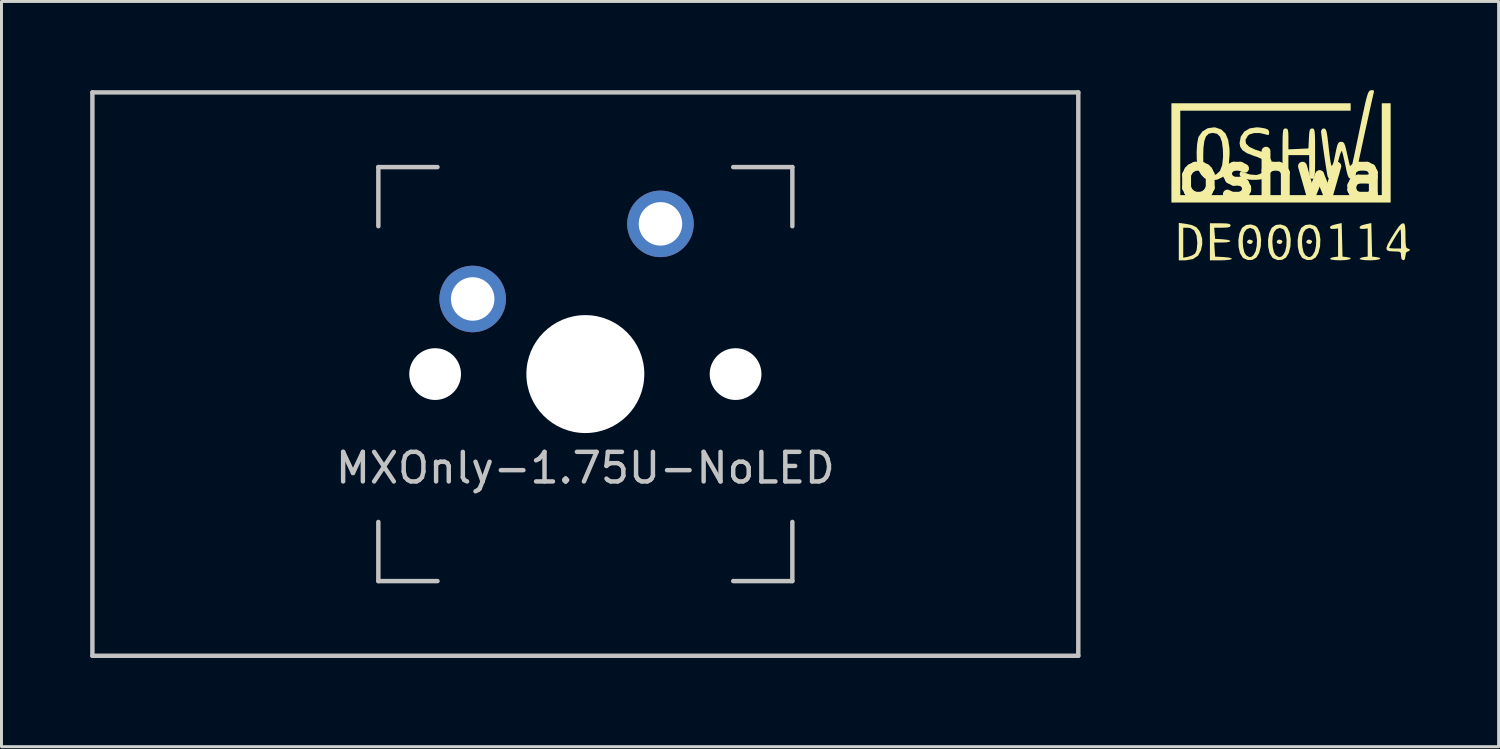
<source format=kicad_pcb>
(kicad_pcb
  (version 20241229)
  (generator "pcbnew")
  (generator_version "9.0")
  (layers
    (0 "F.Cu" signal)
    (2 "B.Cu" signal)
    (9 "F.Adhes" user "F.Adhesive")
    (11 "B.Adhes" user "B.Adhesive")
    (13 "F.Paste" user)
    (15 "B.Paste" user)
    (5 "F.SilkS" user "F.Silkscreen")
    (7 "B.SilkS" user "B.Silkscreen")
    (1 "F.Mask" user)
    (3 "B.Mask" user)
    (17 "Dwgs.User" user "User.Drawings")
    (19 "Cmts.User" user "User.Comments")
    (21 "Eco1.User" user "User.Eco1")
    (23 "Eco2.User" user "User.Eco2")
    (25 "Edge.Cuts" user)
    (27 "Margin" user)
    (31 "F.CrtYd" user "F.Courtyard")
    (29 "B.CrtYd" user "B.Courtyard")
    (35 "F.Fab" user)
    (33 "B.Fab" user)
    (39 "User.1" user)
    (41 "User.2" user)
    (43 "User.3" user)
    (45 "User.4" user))
  (footprint "oshwa"
    (layer "F.Cu")
    (at 40.269 2.897)
    (property "Reference" "oshwa" (at 0 0 0) (layer "F.SilkS") (effects (font (size 1.524 1.524) (thickness 0.3))))
    (attr board_only exclude_from_pos_files exclude_from_bom)
    (fp_poly (pts (xy -0.97 2.186) (xy -0.952 2.229) (xy -0.994 2.291) (xy -1.052 2.305) (xy -1.134 2.273) (xy -1.152 2.229) (xy -1.111 2.168) (xy -1.052 2.154)) (stroke (width 0) (type solid)) (fill yes) (layer "F.SilkS"))
    (fp_poly (pts (xy 0.032 2.186) (xy 0.05 2.229) (xy 0.008 2.291) (xy -0.05 2.305) (xy -0.132 2.273) (xy -0.15 2.229) (xy -0.109 2.168) (xy -0.05 2.154)) (stroke (width 0) (type solid)) (fill yes) (layer "F.SilkS"))
    (fp_poly (pts (xy 1.033 2.186) (xy 1.052 2.229) (xy 1.01 2.291) (xy 0.952 2.305) (xy 0.87 2.273) (xy 0.852 2.229) (xy 0.893 2.168) (xy 0.952 2.154)) (stroke (width 0) (type solid)) (fill yes) (layer "F.SilkS"))
    (fp_poly (pts (xy 2.355 -2.204) (xy -3.407 -2.204) (xy -3.407 0.651) (xy 3.407 0.651) (xy 3.407 -2.455) (xy 3.707 -2.455) (xy 3.707 0.902) (xy -3.707 0.902) (xy -3.707 -2.455) (xy 2.355 -2.455)) (stroke (width 0) (type solid)) (fill yes) (layer "F.SilkS"))
    (fp_poly (pts (xy 2.079 2.73) (xy 2.217 2.746) (xy 2.333 2.769) (xy 2.361 2.798) (xy 2.31 2.825) (xy 2.193 2.846) (xy 2.02 2.856) (xy 2.004 2.856) (xy 1.831 2.85) (xy 1.706 2.833) (xy 1.654 2.811) (xy 1.653 2.809) (xy 1.697 2.77) (xy 1.791 2.746) (xy 1.929 2.73) (xy 1.929 1.779) (xy 1.791 1.795) (xy 1.692 1.791) (xy 1.653 1.76) (xy 1.67 1.708) (xy 1.736 1.67) (xy 1.876 1.633) (xy 1.89 1.63) (xy 2.051 1.596)) (stroke (width 0) (type solid)) (fill yes) (layer "F.SilkS"))
    (fp_poly (pts (xy 3.067 2.163) (xy 3.081 2.73) (xy 3.219 2.746) (xy 3.335 2.769) (xy 3.362 2.798) (xy 3.312 2.825) (xy 3.195 2.846) (xy 3.022 2.856) (xy 3.006 2.856) (xy 2.833 2.85) (xy 2.708 2.833) (xy 2.656 2.811) (xy 2.655 2.809) (xy 2.699 2.77) (xy 2.793 2.746) (xy 2.931 2.73) (xy 2.931 1.779) (xy 2.793 1.795) (xy 2.694 1.791) (xy 2.655 1.76) (xy 2.672 1.708) (xy 2.738 1.67) (xy 2.878 1.633) (xy 2.892 1.63) (xy 3.053 1.596)) (stroke (width 0) (type solid)) (fill yes) (layer "F.SilkS"))
    (fp_poly (pts (xy -1.864 1.608) (xy -1.754 1.623) (xy -1.708 1.655) (xy -1.703 1.678) (xy -1.728 1.723) (xy -1.814 1.747) (xy -1.981 1.753) (xy -2.26 1.753) (xy -2.229 2.129) (xy -1.966 2.144) (xy -1.792 2.165) (xy -1.714 2.196) (xy -1.733 2.227) (xy -1.846 2.249) (xy -1.982 2.254) (xy -2.26 2.254) (xy -2.245 2.492) (xy -2.229 2.73) (xy -1.941 2.745) (xy -1.758 2.763) (xy -1.67 2.789) (xy -1.671 2.816) (xy -1.759 2.84) (xy -1.927 2.854) (xy -2.029 2.856) (xy -2.405 2.856) (xy -2.405 1.603) (xy -2.054 1.603)) (stroke (width 0) (type solid)) (fill yes) (layer "F.SilkS"))
    (fp_poly (pts (xy -3.229 1.621) (xy -3.007 1.666) (xy -2.859 1.74) (xy -2.762 1.858) (xy -2.726 1.931) (xy -2.667 2.122) (xy -2.664 2.309) (xy -2.708 2.517) (xy -2.805 2.698) (xy -2.974 2.811) (xy -3.216 2.855) (xy -3.254 2.856) (xy -3.457 2.856) (xy -3.457 1.753) (xy -3.307 1.753) (xy -3.307 2.768) (xy -3.144 2.736) (xy -3.007 2.69) (xy -2.907 2.628) (xy -2.854 2.513) (xy -2.833 2.305) (xy -2.832 2.258) (xy -2.857 2.011) (xy -2.934 1.848) (xy -3.064 1.766) (xy -3.164 1.753) (xy -3.307 1.753) (xy -3.457 1.753) (xy -3.457 1.59)) (stroke (width 0) (type solid)) (fill yes) (layer "F.SilkS"))
    (fp_poly (pts (xy -0.866 1.689) (xy -0.794 1.75) (xy -0.709 1.923) (xy -0.673 2.147) (xy -0.684 2.387) (xy -0.741 2.608) (xy -0.833 2.762) (xy -0.963 2.839) (xy -1.123 2.847) (xy -1.271 2.784) (xy -1.299 2.759) (xy -1.389 2.609) (xy -1.436 2.401) (xy -1.44 2.229) (xy -1.295 2.229) (xy -1.28 2.419) (xy -1.242 2.582) (xy -1.182 2.683) (xy -1.177 2.687) (xy -1.074 2.747) (xy -0.997 2.735) (xy -0.934 2.681) (xy -0.862 2.554) (xy -0.822 2.372) (xy -0.813 2.17) (xy -0.838 1.981) (xy -0.895 1.839) (xy -0.927 1.804) (xy -1.044 1.76) (xy -1.162 1.806) (xy -1.241 1.904) (xy -1.283 2.046) (xy -1.295 2.229) (xy -1.44 2.229) (xy -1.442 2.169) (xy -1.405 1.948) (xy -1.325 1.77) (xy -1.309 1.749) (xy -1.181 1.662) (xy -1.02 1.642)) (stroke (width 0) (type solid)) (fill yes) (layer "F.SilkS"))
    (fp_poly (pts (xy 0.136 1.689) (xy 0.208 1.75) (xy 0.293 1.923) (xy 0.329 2.147) (xy 0.318 2.387) (xy 0.261 2.608) (xy 0.169 2.762) (xy 0.039 2.839) (xy -0.121 2.847) (xy -0.269 2.784) (xy -0.297 2.759) (xy -0.387 2.609) (xy -0.434 2.401) (xy -0.438 2.229) (xy -0.293 2.229) (xy -0.278 2.419) (xy -0.24 2.582) (xy -0.18 2.683) (xy -0.175 2.687) (xy -0.072 2.747) (xy 0.005 2.735) (xy 0.067 2.681) (xy 0.14 2.554) (xy 0.18 2.372) (xy 0.189 2.17) (xy 0.164 1.981) (xy 0.107 1.839) (xy 0.075 1.804) (xy -0.042 1.76) (xy -0.16 1.806) (xy -0.239 1.904) (xy -0.281 2.046) (xy -0.293 2.229) (xy -0.438 2.229) (xy -0.44 2.169) (xy -0.403 1.948) (xy -0.323 1.77) (xy -0.307 1.749) (xy -0.179 1.662) (xy -0.018 1.642)) (stroke (width 0) (type solid)) (fill yes) (layer "F.SilkS"))
    (fp_poly (pts (xy 1.138 1.689) (xy 1.21 1.75) (xy 1.295 1.923) (xy 1.331 2.147) (xy 1.32 2.387) (xy 1.263 2.608) (xy 1.171 2.762) (xy 1.041 2.839) (xy 0.881 2.847) (xy 0.733 2.784) (xy 0.705 2.759) (xy 0.615 2.609) (xy 0.568 2.401) (xy 0.564 2.229) (xy 0.709 2.229) (xy 0.724 2.419) (xy 0.762 2.582) (xy 0.822 2.683) (xy 0.827 2.687) (xy 0.93 2.747) (xy 1.007 2.735) (xy 1.069 2.681) (xy 1.142 2.554) (xy 1.182 2.372) (xy 1.191 2.17) (xy 1.166 1.981) (xy 1.109 1.839) (xy 1.077 1.804) (xy 0.96 1.76) (xy 0.842 1.806) (xy 0.763 1.904) (xy 0.721 2.046) (xy 0.709 2.229) (xy 0.564 2.229) (xy 0.562 2.169) (xy 0.599 1.948) (xy 0.679 1.77) (xy 0.695 1.749) (xy 0.823 1.662) (xy 0.984 1.642)) (stroke (width 0) (type solid)) (fill yes) (layer "F.SilkS"))
    (fp_poly (pts (xy 4.174 1.627) (xy 4.196 1.708) (xy 4.206 1.863) (xy 4.208 2.029) (xy 4.211 2.242) (xy 4.223 2.372) (xy 4.246 2.437) (xy 4.283 2.455) (xy 4.35 2.482) (xy 4.359 2.505) (xy 4.318 2.549) (xy 4.283 2.555) (xy 4.224 2.6) (xy 4.208 2.705) (xy 4.186 2.825) (xy 4.133 2.856) (xy 4.073 2.811) (xy 4.058 2.705) (xy 4.053 2.616) (xy 4.019 2.572) (xy 3.931 2.557) (xy 3.807 2.555) (xy 3.66 2.546) (xy 3.579 2.511) (xy 3.562 2.437) (xy 3.564 2.433) (xy 3.657 2.433) (xy 3.702 2.447) (xy 3.813 2.454) (xy 3.858 2.455) (xy 4.058 2.455) (xy 4.058 2.129) (xy 4.055 1.963) (xy 4.048 1.846) (xy 4.039 1.804) (xy 4.007 1.843) (xy 3.941 1.942) (xy 3.858 2.076) (xy 3.773 2.218) (xy 3.702 2.342) (xy 3.661 2.42) (xy 3.657 2.433) (xy 3.564 2.433) (xy 3.609 2.311) (xy 3.718 2.119) (xy 3.745 2.074) (xy 3.88 1.861) (xy 3.977 1.721) (xy 4.05 1.641) (xy 4.108 1.607) (xy 4.139 1.603)) (stroke (width 0) (type solid)) (fill yes) (layer "F.SilkS"))
    (fp_poly (pts (xy -2.215 -1.636) (xy -2.02 -1.568) (xy -1.878 -1.432) (xy -1.788 -1.221) (xy -1.744 -0.93) (xy -1.739 -0.751) (xy -1.764 -0.407) (xy -1.839 -0.148) (xy -1.966 0.03) (xy -1.989 0.049) (xy -2.163 0.13) (xy -2.367 0.145) (xy -2.556 0.095) (xy -2.599 0.069) (xy -2.7 -0.035) (xy -2.783 -0.174) (xy -2.786 -0.18) (xy -2.827 -0.345) (xy -2.85 -0.572) (xy -2.852 -0.712) (xy -2.63 -0.712) (xy -2.629 -0.491) (xy -2.62 -0.345) (xy -2.599 -0.252) (xy -2.56 -0.187) (xy -2.496 -0.126) (xy -2.49 -0.121) (xy -2.39 -0.037) (xy -2.328 -0.008) (xy -2.26 -0.023) (xy -2.181 -0.058) (xy -2.065 -0.166) (xy -1.991 -0.361) (xy -1.96 -0.639) (xy -1.966 -0.89) (xy -1.999 -1.15) (xy -2.062 -1.324) (xy -2.162 -1.422) (xy -2.306 -1.453) (xy -2.311 -1.453) (xy -2.442 -1.426) (xy -2.535 -1.338) (xy -2.594 -1.179) (xy -2.624 -0.939) (xy -2.63 -0.712) (xy -2.852 -0.712) (xy -2.853 -0.825) (xy -2.838 -1.068) (xy -2.805 -1.265) (xy -2.784 -1.326) (xy -2.661 -1.5) (xy -2.479 -1.611) (xy -2.265 -1.641)) (stroke (width 0) (type solid)) (fill yes) (layer "F.SilkS"))
    (fp_poly (pts (xy -0.715 -1.634) (xy -0.542 -1.605) (xy -0.446 -1.569) (xy -0.407 -1.512) (xy -0.401 -1.451) (xy -0.414 -1.387) (xy -0.474 -1.385) (xy -0.529 -1.404) (xy -0.719 -1.448) (xy -0.909 -1.447) (xy -1.063 -1.403) (xy -1.119 -1.361) (xy -1.201 -1.221) (xy -1.185 -1.093) (xy -1.073 -0.98) (xy -0.869 -0.885) (xy -0.758 -0.852) (xy -0.592 -0.788) (xy -0.449 -0.701) (xy -0.42 -0.675) (xy -0.322 -0.512) (xy -0.299 -0.316) (xy -0.351 -0.12) (xy -0.418 -0.019) (xy -0.504 0.062) (xy -0.606 0.107) (xy -0.761 0.128) (xy -0.832 0.133) (xy -1.019 0.132) (xy -1.187 0.114) (xy -1.265 0.095) (xy -1.376 0.017) (xy -1.403 -0.06) (xy -1.378 -0.134) (xy -1.331 -0.133) (xy -1.05 -0.047) (xy -0.837 -0.029) (xy -0.717 -0.06) (xy -0.565 -0.169) (xy -0.507 -0.301) (xy -0.528 -0.43) (xy -0.573 -0.511) (xy -0.658 -0.575) (xy -0.806 -0.638) (xy -0.915 -0.674) (xy -1.152 -0.766) (xy -1.303 -0.866) (xy -1.381 -0.986) (xy -1.401 -1.112) (xy -1.36 -1.331) (xy -1.241 -1.499) (xy -1.058 -1.606) (xy -0.823 -1.642)) (stroke (width 0) (type solid)) (fill yes) (layer "F.SilkS"))
    (fp_poly (pts (xy 1.09 -1.598) (xy 1.116 -1.574) (xy 1.133 -1.517) (xy 1.144 -1.412) (xy 1.15 -1.247) (xy 1.152 -1.006) (xy 1.152 -0.751) (xy 1.152 -0.441) (xy 1.149 -0.217) (xy 1.143 -0.065) (xy 1.131 0.029) (xy 1.112 0.078) (xy 1.084 0.097) (xy 1.052 0.1) (xy 1.002 0.092) (xy 0.972 0.053) (xy 0.957 -0.036) (xy 0.952 -0.195) (xy 0.952 -0.301) (xy 0.952 -0.701) (xy 0.25 -0.701) (xy 0.25 -0.301) (xy 0.248 -0.101) (xy 0.239 0.019) (xy 0.217 0.079) (xy 0.177 0.099) (xy 0.15 0.1) (xy 0.114 0.096) (xy 0.087 0.073) (xy 0.07 0.018) (xy 0.059 -0.083) (xy 0.053 -0.245) (xy 0.05 -0.48) (xy 0.05 -0.751) (xy 0.051 -1.062) (xy 0.053 -1.286) (xy 0.06 -1.438) (xy 0.072 -1.531) (xy 0.091 -1.581) (xy 0.118 -1.6) (xy 0.15 -1.603) (xy 0.203 -1.594) (xy 0.233 -1.551) (xy 0.247 -1.454) (xy 0.25 -1.282) (xy 0.25 -1.25) (xy 0.25 -0.897) (xy 0.589 -0.912) (xy 0.927 -0.927) (xy 0.942 -1.265) (xy 0.953 -1.446) (xy 0.972 -1.549) (xy 1.005 -1.594) (xy 1.054 -1.603)) (stroke (width 0) (type solid)) (fill yes) (layer "F.SilkS"))
    (fp_poly (pts (xy 3.132 -2.895) (xy 3.143 -2.841) (xy 3.137 -2.822) (xy 3.121 -2.756) (xy 3.088 -2.609) (xy 3.04 -2.396) (xy 2.982 -2.131) (xy 2.916 -1.831) (xy 2.845 -1.509) (xy 2.774 -1.181) (xy 2.705 -0.861) (xy 2.641 -0.566) (xy 2.586 -0.309) (xy 2.542 -0.105) (xy 2.514 0.03) (xy 2.505 0.082) (xy 2.462 0.096) (xy 2.388 0.1) (xy 2.33 0.092) (xy 2.287 0.055) (xy 2.251 -0.03) (xy 2.213 -0.182) (xy 2.18 -0.338) (xy 2.136 -0.542) (xy 2.096 -0.711) (xy 2.065 -0.819) (xy 2.057 -0.84) (xy 2.034 -0.821) (xy 1.996 -0.722) (xy 1.949 -0.559) (xy 1.911 -0.401) (xy 1.857 -0.171) (xy 1.813 -0.023) (xy 1.774 0.06) (xy 1.732 0.095) (xy 1.699 0.1) (xy 1.608 0.073) (xy 1.579 0.038) (xy 1.563 -0.038) (xy 1.538 -0.19) (xy 1.505 -0.397) (xy 1.469 -0.636) (xy 1.433 -0.884) (xy 1.4 -1.119) (xy 1.374 -1.319) (xy 1.357 -1.46) (xy 1.353 -1.515) (xy 1.393 -1.59) (xy 1.447 -1.603) (xy 1.488 -1.593) (xy 1.52 -1.551) (xy 1.546 -1.462) (xy 1.571 -1.308) (xy 1.599 -1.075) (xy 1.605 -1.014) (xy 1.641 -0.703) (xy 1.671 -0.488) (xy 1.698 -0.365) (xy 1.725 -0.331) (xy 1.755 -0.381) (xy 1.79 -0.511) (xy 1.827 -0.692) (xy 1.871 -0.908) (xy 1.906 -1.044) (xy 1.942 -1.117) (xy 1.985 -1.147) (xy 2.032 -1.152) (xy 2.092 -1.143) (xy 2.136 -1.1) (xy 2.173 -1.005) (xy 2.214 -0.838) (xy 2.23 -0.764) (xy 2.273 -0.57) (xy 2.311 -0.409) (xy 2.338 -0.31) (xy 2.341 -0.301) (xy 2.351 -0.273) (xy 2.359 -0.255) (xy 2.368 -0.256) (xy 2.381 -0.287) (xy 2.4 -0.356) (xy 2.427 -0.473) (xy 2.466 -0.65) (xy 2.517 -0.894) (xy 2.585 -1.218) (xy 2.67 -1.628) (xy 2.75 -2.011) (xy 2.814 -2.308) (xy 2.864 -2.528) (xy 2.905 -2.685) (xy 2.939 -2.788) (xy 2.971 -2.851) (xy 3.002 -2.882) (xy 3.037 -2.896) (xy 3.048 -2.897)) (stroke (width 0) (type solid)) (fill yes) (layer "F.SilkS")))
  (footprint "MXOnly-1.75U-NoLED"
    (layer "F.Cu")
    (at 16.744 9.6)
    (property "Reference" "MXOnly-1.75U-NoLED" (at 0 3.175 0) (layer "Dwgs.User") (effects (font (size 1 1) (thickness 0.15))))
    (attr through_hole)
    (fp_line (start -16.669 -9.525) (end 16.669 -9.525) (stroke (width 0.15) (type solid)) (layer "Dwgs.User"))
    (fp_line (start -16.669 9.525) (end -16.669 -9.525) (stroke (width 0.15) (type solid)) (layer "Dwgs.User"))
    (fp_line (start -16.669 9.525) (end 16.669 9.525) (stroke (width 0.15) (type solid)) (layer "Dwgs.User"))
    (fp_line (start -7 -7) (end -7 -5) (stroke (width 0.15) (type solid)) (layer "Dwgs.User"))
    (fp_line (start -7 5) (end -7 7) (stroke (width 0.15) (type solid)) (layer "Dwgs.User"))
    (fp_line (start -7 7) (end -5 7) (stroke (width 0.15) (type solid)) (layer "Dwgs.User"))
    (fp_line (start -5 -7) (end -7 -7) (stroke (width 0.15) (type solid)) (layer "Dwgs.User"))
    (fp_line (start 5 -7) (end 7 -7) (stroke (width 0.15) (type solid)) (layer "Dwgs.User"))
    (fp_line (start 5 7) (end 7 7) (stroke (width 0.15) (type solid)) (layer "Dwgs.User"))
    (fp_line (start 7 -7) (end 7 -5) (stroke (width 0.15) (type solid)) (layer "Dwgs.User"))
    (fp_line (start 7 7) (end 7 5) (stroke (width 0.15) (type solid)) (layer "Dwgs.User"))
    (fp_line (start 16.669 -9.525) (end 16.669 9.525) (stroke (width 0.15) (type solid)) (layer "Dwgs.User"))
    (pad "" np_thru_hole circle (at -5.08 0 48.1) (size 1.75 1.75) (drill 1.75) (layers "*.Cu" "*.Mask"))
    (pad "" np_thru_hole circle (at 0 0) (size 3.988 3.988) (drill 3.988) (layers "*.Cu" "*.Mask"))
    (pad "" np_thru_hole circle (at 5.08 0 48.1) (size 1.75 1.75) (drill 1.75) (layers "*.Cu" "*.Mask"))
    (pad "1" thru_hole circle (at -3.81 -2.54) (size 2.25 2.25) (drill 1.47) (layers "*.Cu" "*.Mask"))
    (pad "2" thru_hole circle (at 2.54 -5.08) (size 2.25 2.25) (drill 1.47) (layers "*.Cu" "*.Mask")))
  (gr_rect
    (start -3 -3)
    (end 47.627 22.2)
    (stroke (width 0.1) (type default))
    (fill no)
    (layer "Edge.Cuts")))
</source>
